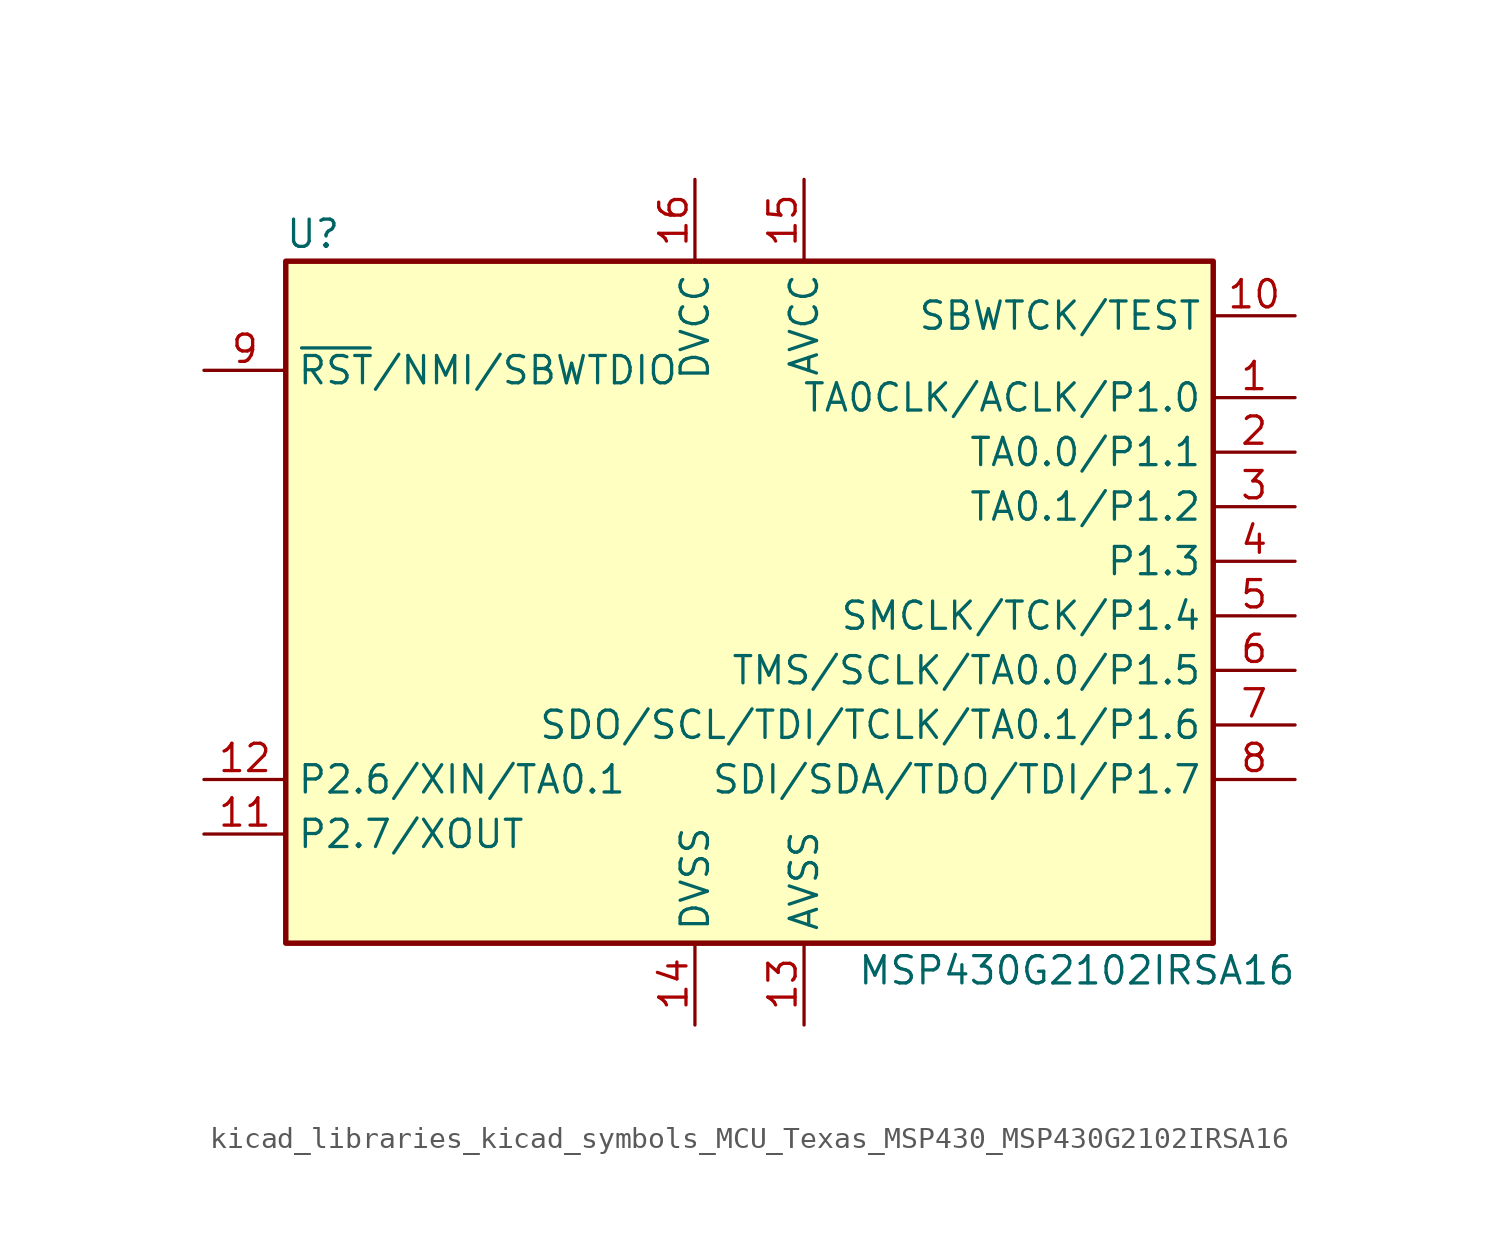
<source format=kicad_sym>
(kicad_symbol_lib
  (version 20220914)
  (generator kicad_symbol_editor)
  (symbol "kicad_libraries_kicad_symbols_MCU_Texas_MSP430_MSP430G2102IRSA16"
    (property "Reference" "U"
      (at -20.32 17.78 0)
      (effects (font (size 1.27 1.27))))
    (property "Value" "MSP430G2102IRSA16"
      (at 15.24 -16.51 0)
      (effects (font (size 1.27 1.27))))
    (symbol "kicad_libraries_kicad_symbols_MCU_Texas_MSP430_MSP430G2102IRSA16_0_1"
      (rectangle (start -21.59 16.51) (end 21.59 -15.24) (stroke (width 0.254) (type default)) (fill (type background))))
    (symbol "kicad_libraries_kicad_symbols_MCU_Texas_MSP430_MSP430G2102IRSA16_1_1"
      (pin bidirectional line (at 25.4 10.16 180) (length 3.81) (name "TA0CLK/ACLK/P1.0" (effects (font (size 1.27 1.27)))) (number "1" (effects (font (size 1.27 1.27)))))
      (pin input line (at 25.4 13.97 180) (length 3.81) (name "SBWTCK/TEST" (effects (font (size 1.27 1.27)))) (number "10" (effects (font (size 1.27 1.27)))))
      (pin bidirectional line (at -25.4 -10.16 0) (length 3.81) (name "P2.7/XOUT" (effects (font (size 1.27 1.27)))) (number "11" (effects (font (size 1.27 1.27)))))
      (pin bidirectional line (at -25.4 -7.62 0) (length 3.81) (name "P2.6/XIN/TA0.1" (effects (font (size 1.27 1.27)))) (number "12" (effects (font (size 1.27 1.27)))))
      (pin power_in line (at 2.54 -19.05 90) (length 3.81) (name "AVSS" (effects (font (size 1.27 1.27)))) (number "13" (effects (font (size 1.27 1.27)))))
      (pin power_in line (at -2.54 -19.05 90) (length 3.81) (name "DVSS" (effects (font (size 1.27 1.27)))) (number "14" (effects (font (size 1.27 1.27)))))
      (pin power_in line (at 2.54 20.32 270) (length 3.81) (name "AVCC" (effects (font (size 1.27 1.27)))) (number "15" (effects (font (size 1.27 1.27)))))
      (pin power_in line (at -2.54 20.32 270) (length 3.81) (name "DVCC" (effects (font (size 1.27 1.27)))) (number "16" (effects (font (size 1.27 1.27)))))
      (pin bidirectional line (at 25.4 7.62 180) (length 3.81) (name "TA0.0/P1.1" (effects (font (size 1.27 1.27)))) (number "2" (effects (font (size 1.27 1.27)))))
      (pin bidirectional line (at 25.4 5.08 180) (length 3.81) (name "TA0.1/P1.2" (effects (font (size 1.27 1.27)))) (number "3" (effects (font (size 1.27 1.27)))))
      (pin bidirectional line (at 25.4 2.54 180) (length 3.81) (name "P1.3" (effects (font (size 1.27 1.27)))) (number "4" (effects (font (size 1.27 1.27)))))
      (pin bidirectional line (at 25.4 0 180) (length 3.81) (name "SMCLK/TCK/P1.4" (effects (font (size 1.27 1.27)))) (number "5" (effects (font (size 1.27 1.27)))))
      (pin bidirectional line (at 25.4 -2.54 180) (length 3.81) (name "TMS/SCLK/TA0.0/P1.5" (effects (font (size 1.27 1.27)))) (number "6" (effects (font (size 1.27 1.27)))))
      (pin bidirectional line (at 25.4 -5.08 180) (length 3.81) (name "SDO/SCL/TDI/TCLK/TA0.1/P1.6" (effects (font (size 1.27 1.27)))) (number "7" (effects (font (size 1.27 1.27)))))
      (pin bidirectional line (at 25.4 -7.62 180) (length 3.81) (name "SDI/SDA/TDO/TDI/P1.7" (effects (font (size 1.27 1.27)))) (number "8" (effects (font (size 1.27 1.27)))))
      (pin input line (at -25.4 11.43 0) (length 3.81) (name "~{RST}/NMI/SBWTDIO" (effects (font (size 1.27 1.27)))) (number "9" (effects (font (size 1.27 1.27))))))))
</source>
